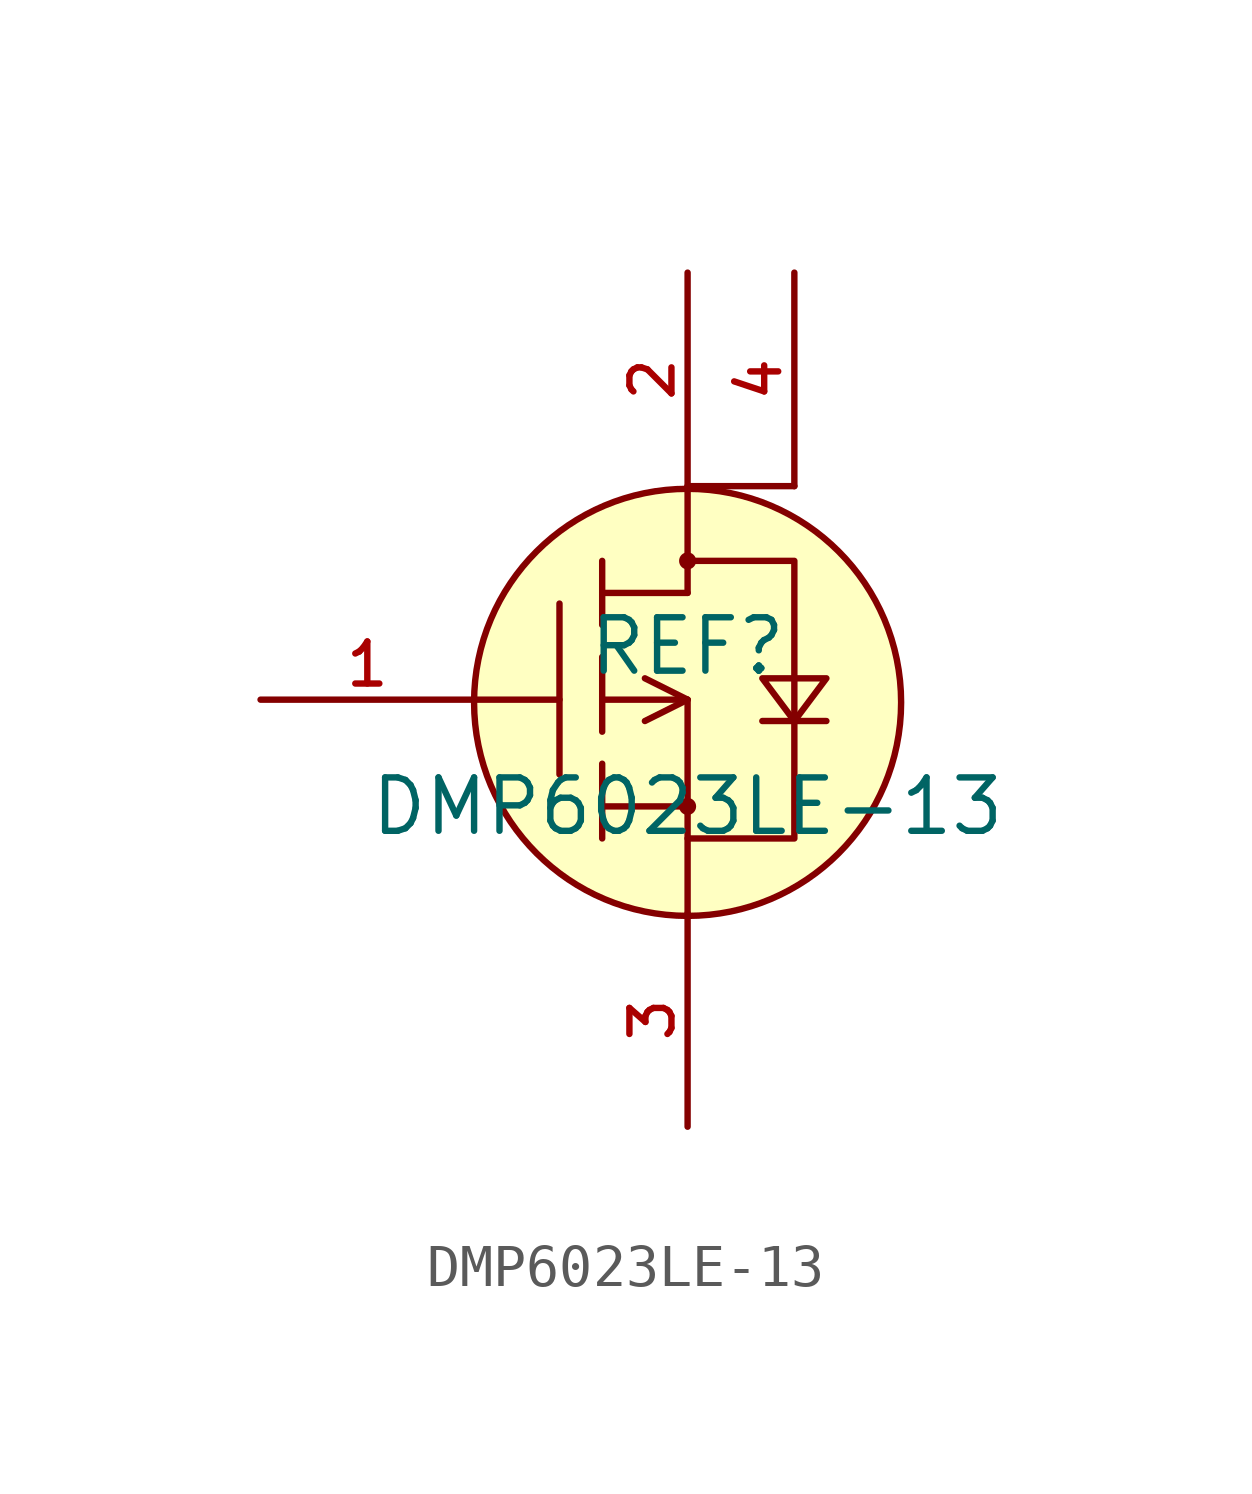
<source format=kicad_sym>
(kicad_symbol_lib
  (version 20210201)
  (generator TousstNicolas/JLC2KiCad_lib)
  (symbol "DMP6023LE-13"
    (pin_names hide)
    (property "Reference" "REF"
      (at 0 1.27 0)
      (effects (font (size 1.27 1.27))))
    (property "Value" "DMP6023LE-13"
      (at 0 -2.54 0)
      (effects (font (size 1.27 1.27))))
    (symbol "DMP6023LE-13_0_1"
      (pin unspecified line (at -10.16 -0.0 0) (length 5.08) (name "G" (effects (font (size 1 1)))) (number "1" (effects (font (size 1 1)))))
      (pin unspecified line (at 0.0 10.16 270) (length 5.08) (name "D" (effects (font (size 1 1)))) (number "2" (effects (font (size 1 1)))))
      (pin unspecified line (at 0.0 -10.16 90) (length 5.08) (name "S" (effects (font (size 1 1)))) (number "3" (effects (font (size 1 1)))))
      (circle (center 0.0 -0.064) (radius 5.08) (stroke (width 0) (type default) (color 0 0 0 0)) (fill (type background)))
      (polyline (pts (xy -3.048 2.286) (xy -3.048 -1.778)) (stroke (width 0) (type default) (color 0 0 0 0)) (fill (type none)))
      (polyline (pts (xy -2.032 3.302) (xy -2.032 1.778)) (stroke (width 0) (type default) (color 0 0 0 0)) (fill (type none)))
      (polyline (pts (xy -2.032 1.016) (xy -2.032 -0.762)) (stroke (width 0) (type default) (color 0 0 0 0)) (fill (type none)))
      (polyline (pts (xy -2.032 -1.524) (xy -2.032 -3.302)) (stroke (width 0) (type default) (color 0 0 0 0)) (fill (type none)))
      (polyline (pts (xy 0.0 3.302) (xy 2.54 3.302) (xy 2.54 -3.302) (xy 0.0 -3.302)) (stroke (width 0) (type default) (color 0 0 0 0)) (fill (type none)))
      (polyline (pts (xy 0.0 -5.08) (xy 0.0 -0.0) (xy -2.032 -0.0) (xy 0.0 -0.0)) (stroke (width 0) (type default) (color 0 0 0 0)) (fill (type none)))
      (polyline (pts (xy 0.0 2.54) (xy 0.0 5.08)) (stroke (width 0) (type default) (color 0 0 0 0)) (fill (type none)))
      (polyline (pts (xy -3.048 -0.0) (xy -5.08 -0.0)) (stroke (width 0) (type default) (color 0 0 0 0)) (fill (type none)))
      (polyline (pts (xy 3.302 -0.508) (xy 1.778 -0.508)) (stroke (width 0) (type default) (color 0 0 0 0)) (fill (type none)))
      (polyline (pts (xy 2.54 -0.508) (xy 3.302 0.508) (xy 1.778 0.508) (xy 2.54 -0.508)) (stroke (width 0) (type default) (color 0 0 0 0)) (fill (type none)))
      (polyline (pts (xy 0.0 2.54) (xy -2.032 2.54)) (stroke (width 0) (type default) (color 0 0 0 0)) (fill (type none)))
      (polyline (pts (xy -2.032 -2.54) (xy 0.0 -2.54)) (stroke (width 0) (type default) (color 0 0 0 0)) (fill (type none)))
      (circle (center 0.0 3.302) (radius 0.127) (stroke (width 0) (type default) (color 0 0 0 0)) (fill (type background)))
      (circle (center 0.0 -2.54) (radius 0.127) (stroke (width 0) (type default) (color 0 0 0 0)) (fill (type background)))
      (polyline (pts (xy 0.0 -0.0) (xy -1.016 0.508)) (stroke (width 0) (type default) (color 0 0 0 0)) (fill (type none)))
      (polyline (pts (xy 0.0 -0.0) (xy -1.016 -0.508)) (stroke (width 0) (type default) (color 0 0 0 0)) (fill (type none)))
      (pin unspecified line (at 2.54 10.16 270) (length 5.08) (name "D" (effects (font (size 1 1)))) (number "4" (effects (font (size 1 1)))))
      (polyline (pts (xy 2.54 5.08) (xy 0.0 5.08)) (stroke (width 0) (type default) (color 0 0 0 0)) (fill (type none))))))
</source>
